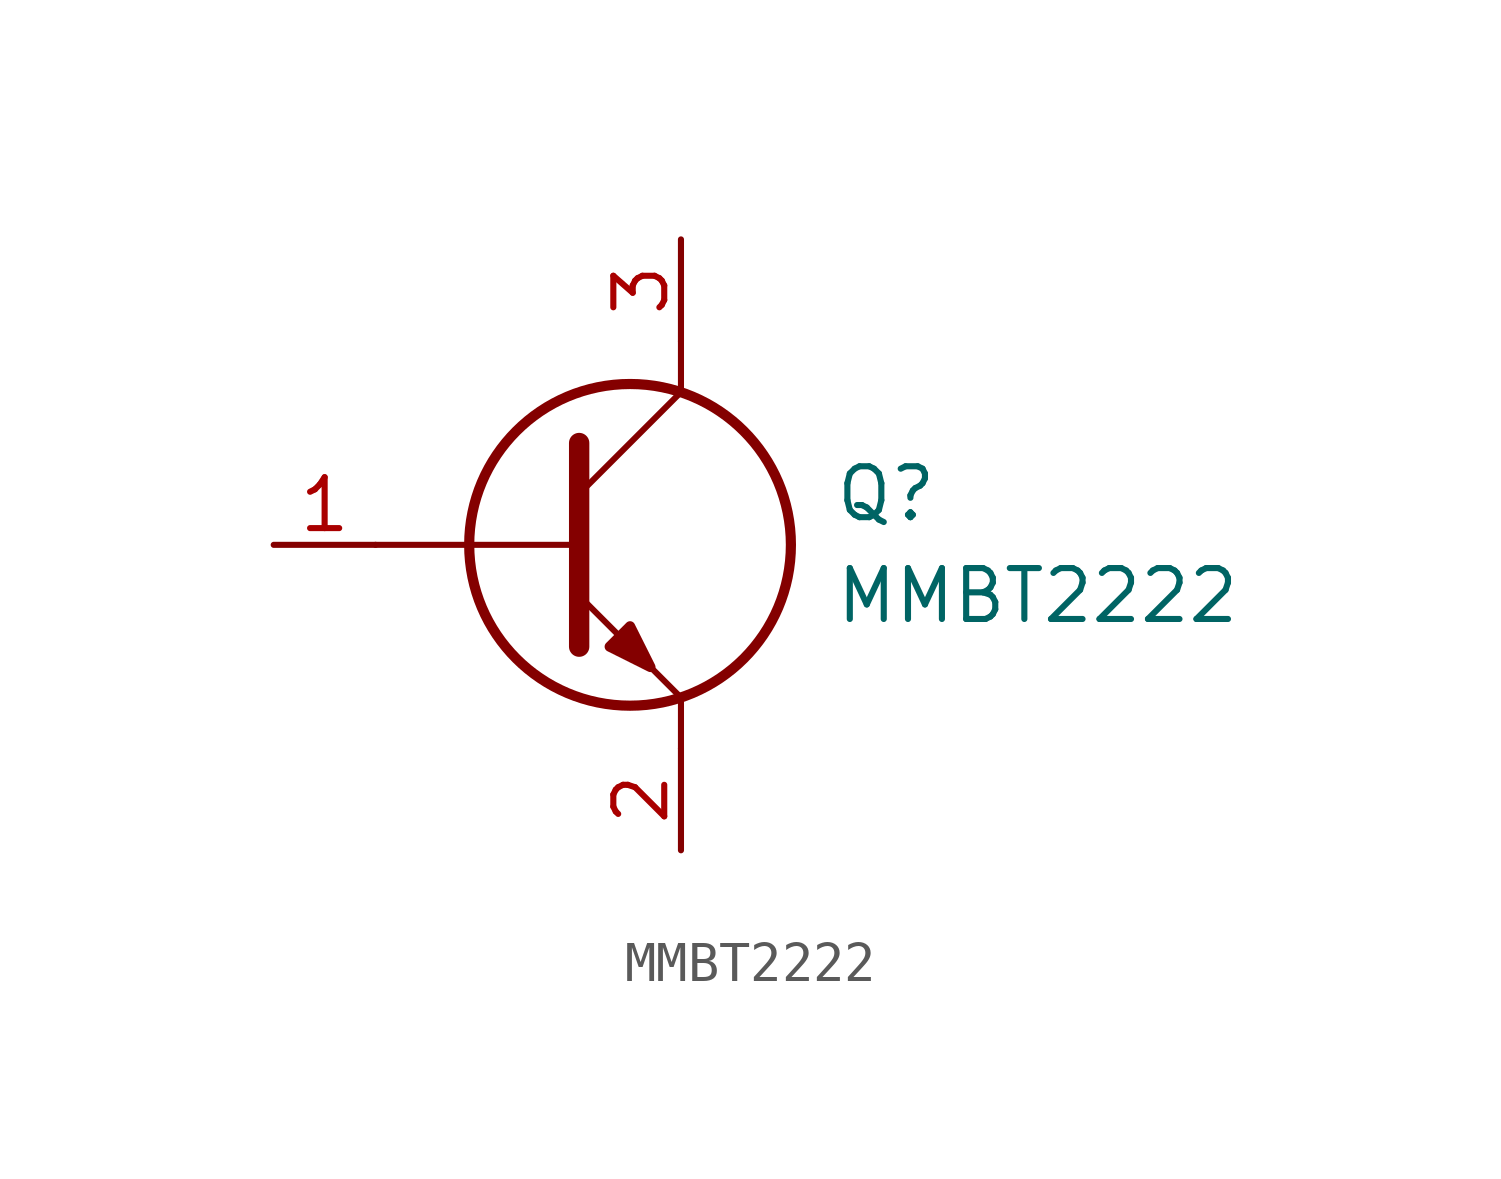
<source format=kicad_sym>
(kicad_symbol_lib
  (version 20211014)
  (generator kicad_symbol_editor)
  (symbol "MMBT2222"
    (pin_names
      (offset 0.762))
    (property "Reference" "Q"
      (at 13.97 1.27 0)
      (effects (font (size 1.27 1.27)) (justify left)))
    (property "Value" "MMBT2222"
      (at 13.97 -1.27 0)
      (effects (font (size 1.27 1.27)) (justify left)))
    (symbol "MMBT2222_0_0"
      (pin passive line (at 0 0 0) (length 2.54) (name "~" (effects (font (size 1.27 1.27)))) (number "1" (effects (font (size 1.27 1.27)))))
      (pin passive line (at 10.16 -7.62 90) (length 2.54) (name "~" (effects (font (size 1.27 1.27)))) (number "2" (effects (font (size 1.27 1.27)))))
      (pin passive line (at 10.16 7.62 270) (length 2.54) (name "~" (effects (font (size 1.27 1.27)))) (number "3" (effects (font (size 1.27 1.27))))))
    (symbol "MMBT2222_0_1"
      (polyline (pts (xy 2.54 0) (xy 7.62 0)) (stroke (width 0.152) (type default) (color 0 0 0 0)) (fill (type none)))
      (polyline (pts (xy 7.62 -1.27) (xy 10.16 -3.81)) (stroke (width 0.152) (type default) (color 0 0 0 0)) (fill (type none)))
      (polyline (pts (xy 7.62 1.27) (xy 10.16 3.81)) (stroke (width 0.152) (type default) (color 0 0 0 0)) (fill (type none)))
      (polyline (pts (xy 7.62 2.54) (xy 7.62 -2.54)) (stroke (width 0.508) (type default) (color 0 0 0 0)) (fill (type none)))
      (polyline (pts (xy 10.16 -3.81) (xy 10.16 -5.08)) (stroke (width 0.152) (type default) (color 0 0 0 0)) (fill (type none)))
      (polyline (pts (xy 10.16 3.81) (xy 10.16 5.08)) (stroke (width 0.152) (type default) (color 0 0 0 0)) (fill (type none)))
      (polyline (pts (xy 8.382 -2.54) (xy 8.89 -2.032) (xy 9.398 -3.048) (xy 8.382 -2.54)) (stroke (width 0.254) (type default) (color 0 0 0 0)) (fill (type outline)))
      (circle (center 8.89 0) (radius 4.013) (stroke (width 0.254) (type default) (color 0 0 0 0)) (fill (type none))))))
</source>
